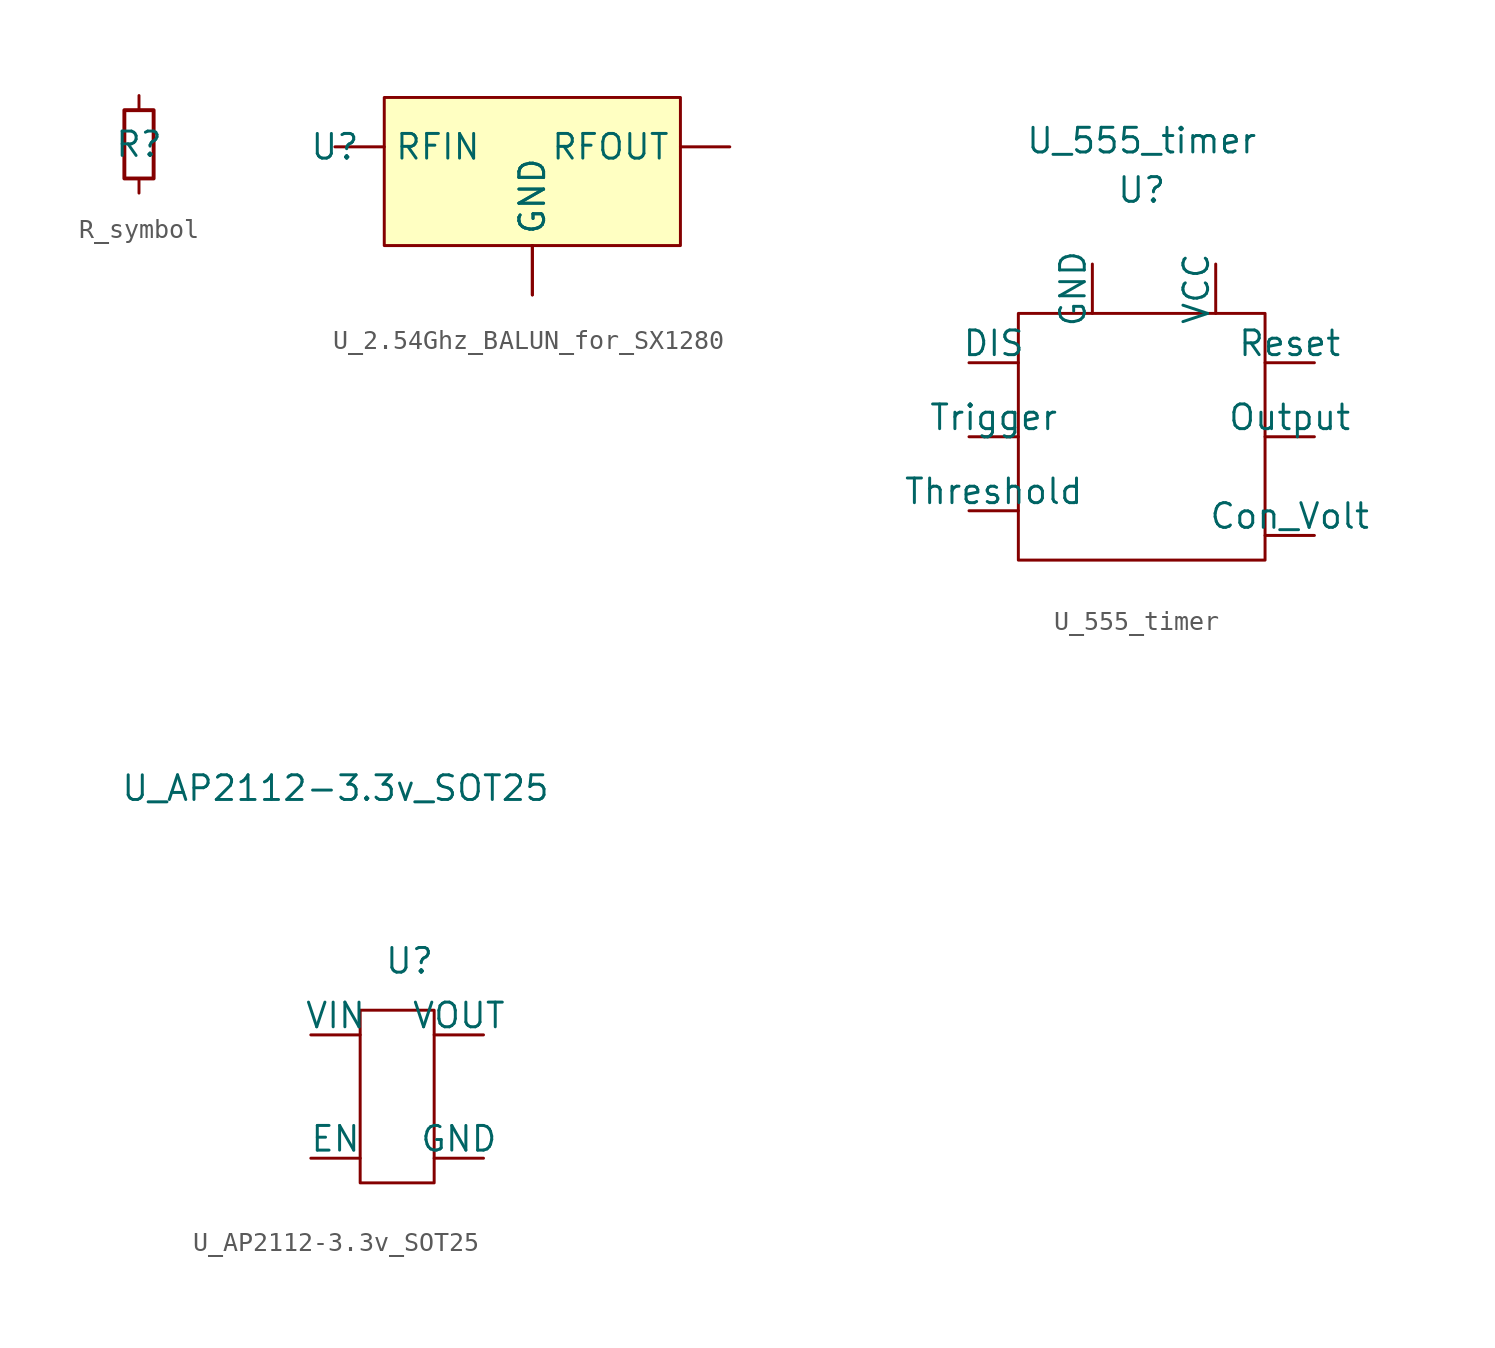
<source format=kicad_sym>
(kicad_symbol_lib
  (version 20220914)
  (generator kicad_symbol_editor)
  (symbol "R_symbol"
    (pin_numbers hide)
    (pin_names
      (offset 0) hide)
    (property "Reference" "R"
      (at 0 0 0)
      (effects (font (size 1.27 1.27))))
    (property "Value_1" ""
      (at 0 0 0)
      (effects (font (size 1.27 1.27))))
    (symbol "R_symbol_0_1"
      (rectangle (start -0.762 1.778) (end 0.762 -1.778) (stroke (width 0.203) (type default)) (fill (type none))))
    (symbol "R_symbol_1_1"
      (pin passive line (at 0 2.54 270) (length 0.762) (name "~" (effects (font (size 1.27 1.27)))) (number "1" (effects (font (size 1.27 1.27)))))
      (pin passive line (at 0 -2.54 90) (length 0.762) (name "~" (effects (font (size 1.27 1.27)))) (number "2" (effects (font (size 1.27 1.27)))))))
  (symbol "U_2.54Ghz_BALUN_for_SX1280"
    (pin_numbers hide)
    (property "Reference" "U"
      (at 0 0 0)
      (effects (font (size 1.27 1.27))))
    (symbol "U_2.54Ghz_BALUN_for_SX1280_0_1"
      (rectangle (start 2.54 2.54) (end 17.78 -5.08) (stroke (width 0) (type solid)) (fill (type background))))
    (symbol "U_2.54Ghz_BALUN_for_SX1280_1_1"
      (pin input line (at 0 0 0) (length 2.54) (name "RFIN" (effects (font (size 1.27 1.27)))) (number "1" (effects (font (size 1.27 1.27)))))
      (pin output line (at 10.16 -7.62 90) (length 2.54) (name "GND" (effects (font (size 1.27 1.27)))) (number "2" (effects (font (size 1.27 1.27)))))
      (pin output line (at 20.32 0 180) (length 2.54) (name "RFOUT" (effects (font (size 1.27 1.27)))) (number "3" (effects (font (size 1.27 1.27)))))
      (pin output line (at 10.16 -7.62 90) (length 2.54) (name "GND" (effects (font (size 1.27 1.27)))) (number "4" (effects (font (size 1.27 1.27)))))))
  (symbol "U_555_timer"
    (pin_numbers hide)
    (pin_names
      (offset 0))
    (property "Reference" "U"
      (at 0 12.7 0)
      (effects (font (size 1.27 1.27))))
    (property "Value" "U_555_timer"
      (at 0 15.24 0)
      (effects (font (size 1.27 1.27))))
    (symbol "U_555_timer_0_1"
      (rectangle (start -6.35 6.35) (end 6.35 -6.35) (stroke (width 0) (type solid)) (fill (type none))))
    (symbol "U_555_timer_1_1"
      (pin input line (at -2.54 8.89 270) (length 2.54) (name "GND" (effects (font (size 1.27 1.27)))) (number "1" (effects (font (size 1.27 1.27)))))
      (pin input line (at -8.89 0 0) (length 2.54) (name "Trigger" (effects (font (size 1.27 1.27)))) (number "2" (effects (font (size 1.27 1.27)))))
      (pin input line (at 8.89 0 180) (length 2.54) (name "Output" (effects (font (size 1.27 1.27)))) (number "3" (effects (font (size 1.27 1.27)))))
      (pin input line (at 8.89 3.81 180) (length 2.54) (name "Reset" (effects (font (size 1.27 1.27)))) (number "4" (effects (font (size 1.27 1.27)))))
      (pin input line (at 8.89 -5.08 180) (length 2.54) (name "Con_Volt" (effects (font (size 1.27 1.27)))) (number "5" (effects (font (size 1.27 1.27)))))
      (pin input line (at -8.89 -3.81 0) (length 2.54) (name "Threshold" (effects (font (size 1.27 1.27)))) (number "6" (effects (font (size 1.27 1.27)))))
      (pin input line (at -8.89 3.81 0) (length 2.54) (name "DIS" (effects (font (size 1.27 1.27)))) (number "7" (effects (font (size 1.27 1.27)))))
      (pin input line (at 3.81 8.89 270) (length 2.54) (name "VCC" (effects (font (size 1.27 1.27)))) (number "8" (effects (font (size 1.27 1.27)))))))
  (symbol "U_AP2112-3.3v_SOT25"
    (pin_numbers hide)
    (pin_names
      (offset 0))
    (property "Reference" "U"
      (at 1.27 6.35 0)
      (effects (font (size 1.27 1.27))))
    (property "Value" "U_AP2112-3.3v_SOT25"
      (at -2.54 15.24 0)
      (effects (font (size 1.27 1.27))))
    (symbol "U_AP2112-3.3v_SOT25_0_1"
      (rectangle (start -1.27 3.81) (end 2.54 -5.08) (stroke (width 0) (type solid)) (fill (type none))))
    (symbol "U_AP2112-3.3v_SOT25_1_1"
      (pin input line (at -3.81 2.54 0) (length 2.54) (name "VIN" (effects (font (size 1.27 1.27)))) (number "1" (effects (font (size 1.27 1.27)))))
      (pin input line (at 5.08 -3.81 180) (length 2.54) (name "GND" (effects (font (size 1.27 1.27)))) (number "2" (effects (font (size 1.27 1.27)))))
      (pin input line (at -3.81 -3.81 0) (length 2.54) (name "EN" (effects (font (size 1.27 1.27)))) (number "3" (effects (font (size 1.27 1.27)))))
      (pin input line (at 5.08 2.54 180) (length 2.54) (name "VOUT" (effects (font (size 1.27 1.27)))) (number "5" (effects (font (size 1.27 1.27))))))))
</source>
